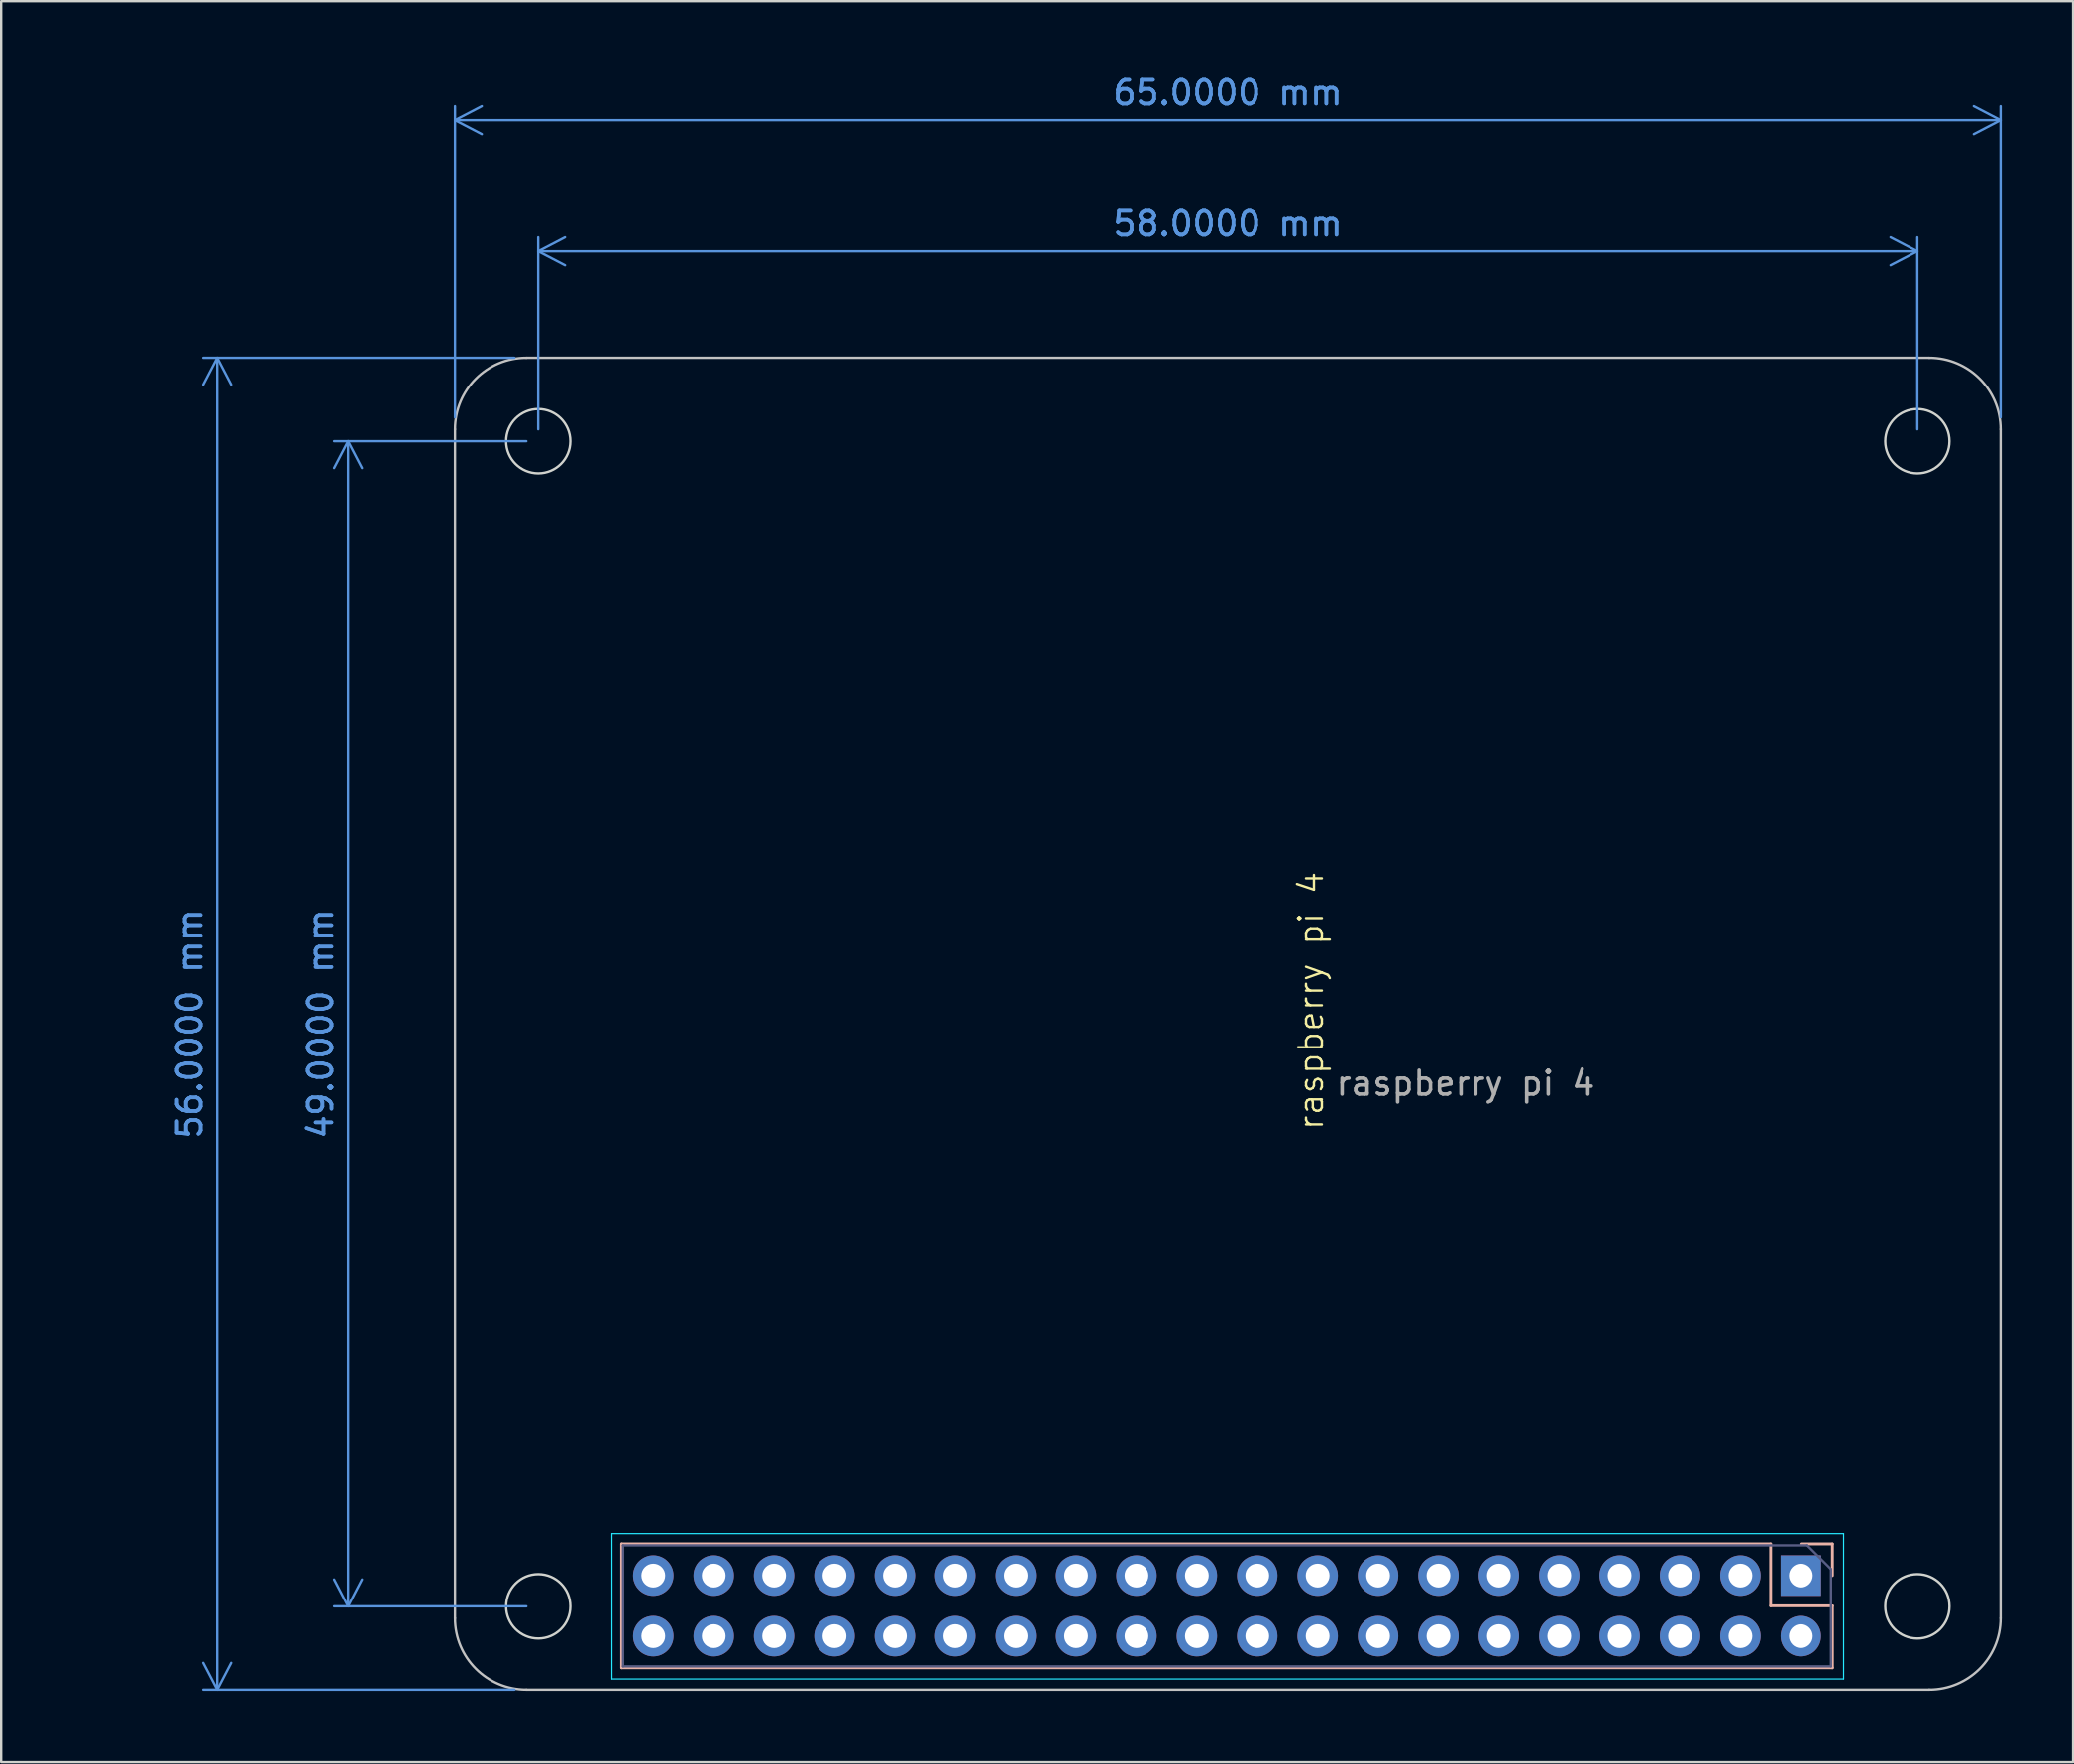
<source format=kicad_pcb>
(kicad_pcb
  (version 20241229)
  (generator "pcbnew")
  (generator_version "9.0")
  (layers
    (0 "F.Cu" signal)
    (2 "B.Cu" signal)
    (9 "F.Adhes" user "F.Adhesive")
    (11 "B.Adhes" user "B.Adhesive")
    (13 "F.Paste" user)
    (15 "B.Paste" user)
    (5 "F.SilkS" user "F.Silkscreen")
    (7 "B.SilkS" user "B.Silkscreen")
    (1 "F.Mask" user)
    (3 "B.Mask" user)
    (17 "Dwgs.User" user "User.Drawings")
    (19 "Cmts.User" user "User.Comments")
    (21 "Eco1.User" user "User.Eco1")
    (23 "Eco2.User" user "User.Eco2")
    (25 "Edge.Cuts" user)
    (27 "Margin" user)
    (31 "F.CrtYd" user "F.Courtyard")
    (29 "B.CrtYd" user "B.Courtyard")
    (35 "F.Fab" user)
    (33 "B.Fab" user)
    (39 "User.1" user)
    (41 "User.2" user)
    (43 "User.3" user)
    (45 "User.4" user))
  (footprint "raspberry pi 4"
    (layer "F.Cu")
    (at 58.585 39.998)
    (property "Reference" "raspberry pi 4" (at -6.5 -0.963 90) (unlocked yes) (layer "F.SilkS") (effects (font (size 1 1) (thickness 0.1))))
    (attr through_hole)
    (fp_line (start -35.49 21.88) (end -35.49 27.08) (stroke (width 0.12) (type solid)) (layer "B.SilkS"))
    (fp_line (start -35.49 21.88) (end 12.83 21.88) (stroke (width 0.12) (type solid)) (layer "B.SilkS"))
    (fp_line (start -35.49 27.08) (end 15.43 27.08) (stroke (width 0.12) (type solid)) (layer "B.SilkS"))
    (fp_line (start 12.83 21.88) (end 12.83 24.48) (stroke (width 0.12) (type solid)) (layer "B.SilkS"))
    (fp_line (start 12.83 24.48) (end 15.43 24.48) (stroke (width 0.12) (type solid)) (layer "B.SilkS"))
    (fp_line (start 14.1 21.88) (end 15.43 21.88) (stroke (width 0.12) (type solid)) (layer "B.SilkS"))
    (fp_line (start 15.43 21.88) (end 15.43 23.21) (stroke (width 0.12) (type solid)) (layer "B.SilkS"))
    (fp_line (start 15.43 24.48) (end 15.43 27.08) (stroke (width 0.12) (type solid)) (layer "B.SilkS"))
    (fp_line (start -42.5 -25) (end -42.5 25) (stroke (width 0.1) (type default)) (layer "Dwgs.User"))
    (fp_line (start -39.5 -28) (end 19.5 -28) (stroke (width 0.1) (type default)) (layer "Dwgs.User"))
    (fp_line (start -39.5 28) (end 19.5 28) (stroke (width 0.1) (type default)) (layer "Dwgs.User"))
    (fp_line (start 22.5 -25) (end 22.5 25) (stroke (width 0.1) (type default)) (layer "Dwgs.User"))
    (fp_arc (start -42.5 -25) (mid -41.62132 -27.12132) (end -39.5 -28) (stroke (width 0.1) (type default)) (layer "Dwgs.User"))
    (fp_arc (start -39.5 28) (mid -41.62132 27.12132) (end -42.5 25) (stroke (width 0.1) (type default)) (layer "Dwgs.User"))
    (fp_arc (start 19.5 -28) (mid 21.62132 -27.12132) (end 22.5 -25) (stroke (width 0.1) (type default)) (layer "Dwgs.User"))
    (fp_arc (start 22.5 25) (mid 21.62132 27.12132) (end 19.5 28) (stroke (width 0.1) (type default)) (layer "Dwgs.User"))
    (fp_circle (center -39 -24.5) (end -37.65 -24.5) (stroke (width 0.1) (type default)) (fill no) (layer "Edge.Cuts"))
    (fp_circle (center -39 24.5) (end -37.65 24.5) (stroke (width 0.1) (type default)) (fill no) (layer "Edge.Cuts"))
    (fp_circle (center 19 -24.5) (end 20.35 -24.5) (stroke (width 0.1) (type default)) (fill no) (layer "Edge.Cuts"))
    (fp_circle (center 19 24.5) (end 20.35 24.5) (stroke (width 0.1) (type default)) (fill no) (layer "Edge.Cuts"))
    (fp_line (start -35.9 21.45) (end 15.9 21.45) (stroke (width 0.05) (type solid)) (layer "B.CrtYd"))
    (fp_line (start -35.9 27.55) (end -35.9 21.45) (stroke (width 0.05) (type solid)) (layer "B.CrtYd"))
    (fp_line (start 15.9 21.45) (end 15.9 27.55) (stroke (width 0.05) (type solid)) (layer "B.CrtYd"))
    (fp_line (start 15.9 27.55) (end -35.9 27.55) (stroke (width 0.05) (type solid)) (layer "B.CrtYd"))
    (fp_line (start -35.43 21.94) (end 14.37 21.94) (stroke (width 0.1) (type solid)) (layer "B.Fab"))
    (fp_line (start -35.43 27.02) (end -35.43 21.94) (stroke (width 0.1) (type solid)) (layer "B.Fab"))
    (fp_line (start 14.37 21.94) (end 15.37 22.94) (stroke (width 0.1) (type solid)) (layer "B.Fab"))
    (fp_line (start 15.37 22.94) (end 15.37 27.02) (stroke (width 0.1) (type solid)) (layer "B.Fab"))
    (fp_line (start 15.37 27.02) (end -35.43 27.02) (stroke (width 0.1) (type solid)) (layer "B.Fab"))
    (fp_text user "${REFERENCE}" (at 0 2.5 0) (unlocked yes) (layer "F.Fab") (effects (font (size 1 1) (thickness 0.15))))
    (dimension (type aligned) (layer "Cmts.User") (pts (xy 16.085 14.998) (xy 81.085 14.998)) (height -13) (format (prefix "") (suffix "") (units 3) (units_format 1) (precision 4)) (style (thickness 0.1) (arrow_length 1.27) (text_position_mode 0) (arrow_direction outward) (extension_height 0.586) (extension_offset 0.5) (keep_text_aligned yes)) (gr_text "65.0000 mm" (at 48.585 0.848 0) (layer "Cmts.User") (effects (font (size 1 1) (thickness 0.15)))))
    (dimension (type aligned) (layer "Cmts.User") (pts (xy 19.085 11.998) (xy 19.085 67.998)) (height 13) (format (prefix "") (suffix "") (units 3) (units_format 1) (precision 4)) (style (thickness 0.1) (arrow_length 1.27) (text_position_mode 0) (arrow_direction outward) (extension_height 0.586) (extension_offset 0.5) (keep_text_aligned yes)) (gr_text "56.0000 mm" (at 4.935 39.998 90) (layer "Cmts.User") (effects (font (size 1 1) (thickness 0.15)))))
    (dimension (type aligned) (layer "Cmts.User") (pts (xy 19.585 15.498) (xy 77.585 15.498)) (height -8) (format (prefix "") (suffix "") (units 3) (units_format 1) (precision 4)) (style (thickness 0.1) (arrow_length 1.27) (text_position_mode 0) (arrow_direction outward) (extension_height 0.586) (extension_offset 0.5) (keep_text_aligned yes)) (gr_text "58.0000 mm" (at 48.585 6.348 0) (layer "Cmts.User") (effects (font (size 1 1) (thickness 0.15)))))
    (dimension (type aligned) (layer "Cmts.User") (pts (xy 19.585 15.498) (xy 19.585 64.498)) (height 8) (format (prefix "") (suffix "") (units 3) (units_format 1) (precision 4)) (style (thickness 0.1) (arrow_length 1.27) (text_position_mode 0) (arrow_direction outward) (extension_height 0.586) (extension_offset 0.5) (keep_text_aligned yes)) (gr_text "49.0000 mm" (at 10.435 39.998 90) (layer "Cmts.User") (effects (font (size 1 1) (thickness 0.15)))))
    (pad "1" thru_hole rect (at 14.1 23.21 270) (size 1.7 1.7) (drill 1) (layers "*.Cu" "*.Mask"))
    (pad "2" thru_hole oval (at 14.1 25.75 270) (size 1.7 1.7) (drill 1) (layers "*.Cu" "*.Mask"))
    (pad "3" thru_hole oval (at 11.56 23.21 270) (size 1.7 1.7) (drill 1) (layers "*.Cu" "*.Mask"))
    (pad "4" thru_hole oval (at 11.56 25.75 270) (size 1.7 1.7) (drill 1) (layers "*.Cu" "*.Mask"))
    (pad "5" thru_hole oval (at 9.02 23.21 270) (size 1.7 1.7) (drill 1) (layers "*.Cu" "*.Mask"))
    (pad "6" thru_hole oval (at 9.02 25.75 270) (size 1.7 1.7) (drill 1) (layers "*.Cu" "*.Mask"))
    (pad "7" thru_hole oval (at 6.48 23.21 270) (size 1.7 1.7) (drill 1) (layers "*.Cu" "*.Mask"))
    (pad "8" thru_hole oval (at 6.48 25.75 270) (size 1.7 1.7) (drill 1) (layers "*.Cu" "*.Mask"))
    (pad "9" thru_hole oval (at 3.94 23.21 270) (size 1.7 1.7) (drill 1) (layers "*.Cu" "*.Mask"))
    (pad "10" thru_hole oval (at 3.94 25.75 270) (size 1.7 1.7) (drill 1) (layers "*.Cu" "*.Mask"))
    (pad "11" thru_hole oval (at 1.4 23.21 270) (size 1.7 1.7) (drill 1) (layers "*.Cu" "*.Mask"))
    (pad "12" thru_hole oval (at 1.4 25.75 270) (size 1.7 1.7) (drill 1) (layers "*.Cu" "*.Mask"))
    (pad "13" thru_hole oval (at -1.14 23.21 270) (size 1.7 1.7) (drill 1) (layers "*.Cu" "*.Mask"))
    (pad "14" thru_hole oval (at -1.14 25.75 270) (size 1.7 1.7) (drill 1) (layers "*.Cu" "*.Mask"))
    (pad "15" thru_hole oval (at -3.68 23.21 270) (size 1.7 1.7) (drill 1) (layers "*.Cu" "*.Mask"))
    (pad "16" thru_hole oval (at -3.68 25.75 270) (size 1.7 1.7) (drill 1) (layers "*.Cu" "*.Mask"))
    (pad "17" thru_hole oval (at -6.22 23.21 270) (size 1.7 1.7) (drill 1) (layers "*.Cu" "*.Mask"))
    (pad "18" thru_hole oval (at -6.22 25.75 270) (size 1.7 1.7) (drill 1) (layers "*.Cu" "*.Mask"))
    (pad "19" thru_hole oval (at -8.76 23.21 270) (size 1.7 1.7) (drill 1) (layers "*.Cu" "*.Mask"))
    (pad "20" thru_hole oval (at -8.76 25.75 270) (size 1.7 1.7) (drill 1) (layers "*.Cu" "*.Mask"))
    (pad "21" thru_hole oval (at -11.3 23.21 270) (size 1.7 1.7) (drill 1) (layers "*.Cu" "*.Mask"))
    (pad "22" thru_hole oval (at -11.3 25.75 270) (size 1.7 1.7) (drill 1) (layers "*.Cu" "*.Mask"))
    (pad "23" thru_hole oval (at -13.84 23.21 270) (size 1.7 1.7) (drill 1) (layers "*.Cu" "*.Mask"))
    (pad "24" thru_hole oval (at -13.84 25.75 270) (size 1.7 1.7) (drill 1) (layers "*.Cu" "*.Mask"))
    (pad "25" thru_hole oval (at -16.38 23.21 270) (size 1.7 1.7) (drill 1) (layers "*.Cu" "*.Mask"))
    (pad "26" thru_hole oval (at -16.38 25.75 270) (size 1.7 1.7) (drill 1) (layers "*.Cu" "*.Mask"))
    (pad "27" thru_hole oval (at -18.92 23.21 270) (size 1.7 1.7) (drill 1) (layers "*.Cu" "*.Mask"))
    (pad "28" thru_hole oval (at -18.92 25.75 270) (size 1.7 1.7) (drill 1) (layers "*.Cu" "*.Mask"))
    (pad "29" thru_hole oval (at -21.46 23.21 270) (size 1.7 1.7) (drill 1) (layers "*.Cu" "*.Mask"))
    (pad "30" thru_hole oval (at -21.46 25.75 270) (size 1.7 1.7) (drill 1) (layers "*.Cu" "*.Mask"))
    (pad "31" thru_hole oval (at -24 23.21 270) (size 1.7 1.7) (drill 1) (layers "*.Cu" "*.Mask"))
    (pad "32" thru_hole oval (at -24 25.75 270) (size 1.7 1.7) (drill 1) (layers "*.Cu" "*.Mask"))
    (pad "33" thru_hole oval (at -26.54 23.21 270) (size 1.7 1.7) (drill 1) (layers "*.Cu" "*.Mask"))
    (pad "34" thru_hole oval (at -26.54 25.75 270) (size 1.7 1.7) (drill 1) (layers "*.Cu" "*.Mask"))
    (pad "35" thru_hole oval (at -29.08 23.21 270) (size 1.7 1.7) (drill 1) (layers "*.Cu" "*.Mask"))
    (pad "36" thru_hole oval (at -29.08 25.75 270) (size 1.7 1.7) (drill 1) (layers "*.Cu" "*.Mask"))
    (pad "37" thru_hole oval (at -31.62 23.21 270) (size 1.7 1.7) (drill 1) (layers "*.Cu" "*.Mask"))
    (pad "38" thru_hole oval (at -31.62 25.75 270) (size 1.7 1.7) (drill 1) (layers "*.Cu" "*.Mask"))
    (pad "39" thru_hole oval (at -34.16 23.21 270) (size 1.7 1.7) (drill 1) (layers "*.Cu" "*.Mask"))
    (pad "40" thru_hole oval (at -34.16 25.75 270) (size 1.7 1.7) (drill 1) (layers "*.Cu" "*.Mask")))
  (gr_rect
    (start -3 -3)
    (end 84.135 71.048)
    (stroke (width 0.1) (type default))
    (fill no)
    (layer "Edge.Cuts")))
</source>
